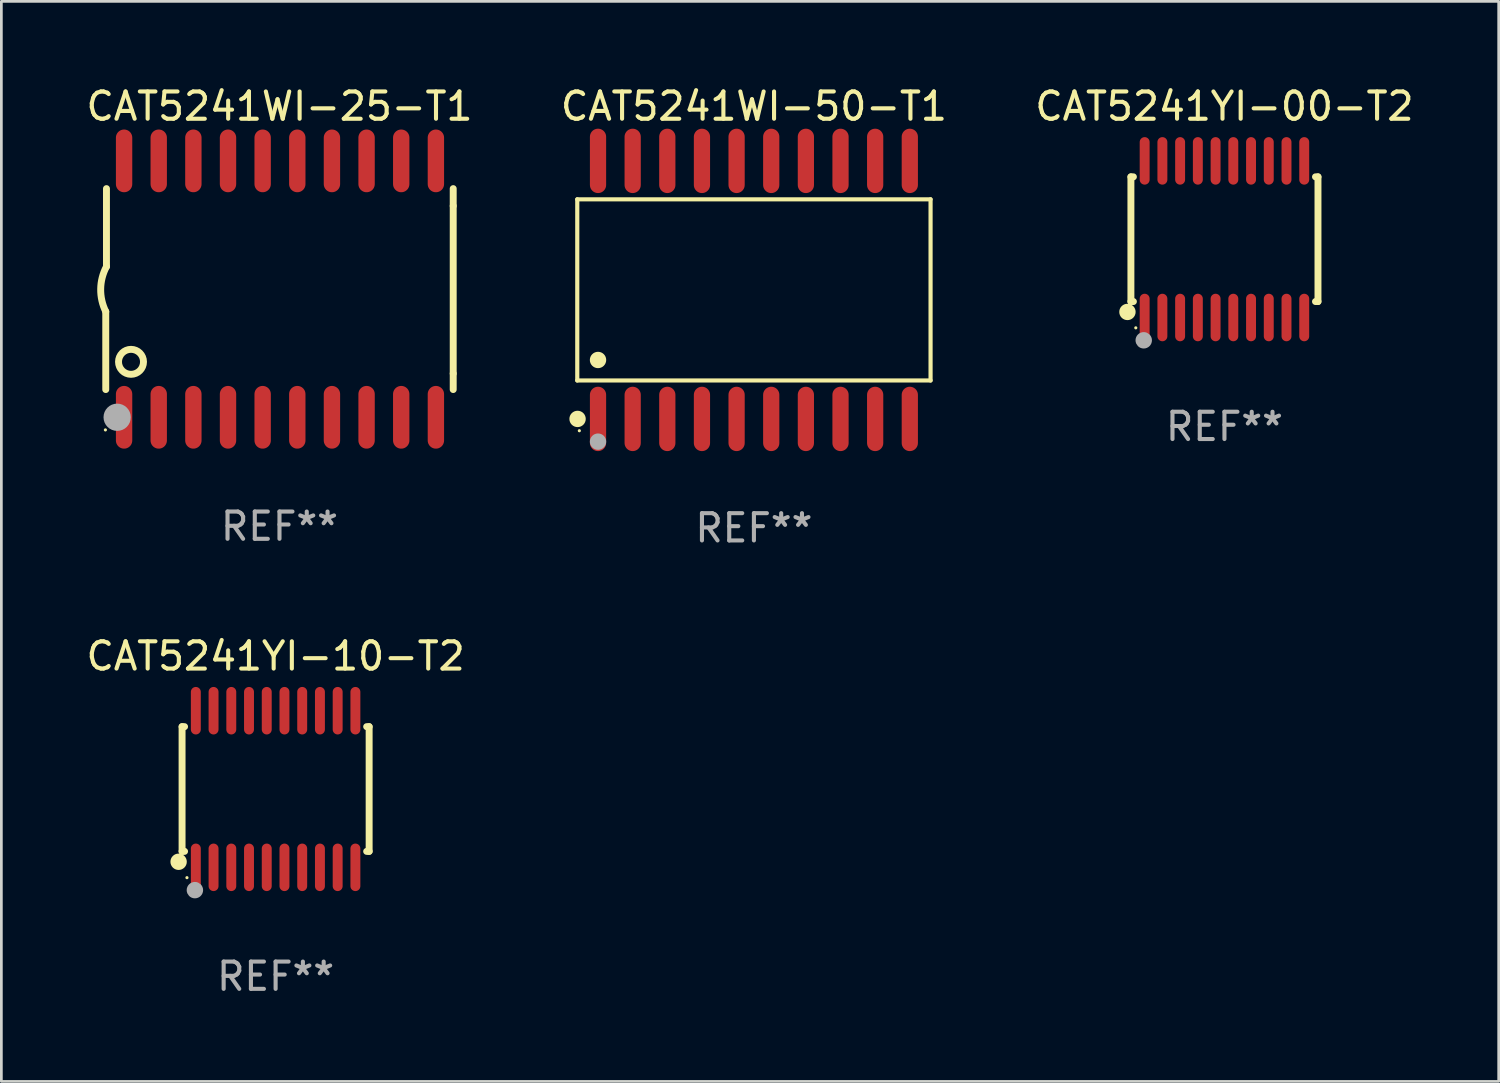
<source format=kicad_pcb>
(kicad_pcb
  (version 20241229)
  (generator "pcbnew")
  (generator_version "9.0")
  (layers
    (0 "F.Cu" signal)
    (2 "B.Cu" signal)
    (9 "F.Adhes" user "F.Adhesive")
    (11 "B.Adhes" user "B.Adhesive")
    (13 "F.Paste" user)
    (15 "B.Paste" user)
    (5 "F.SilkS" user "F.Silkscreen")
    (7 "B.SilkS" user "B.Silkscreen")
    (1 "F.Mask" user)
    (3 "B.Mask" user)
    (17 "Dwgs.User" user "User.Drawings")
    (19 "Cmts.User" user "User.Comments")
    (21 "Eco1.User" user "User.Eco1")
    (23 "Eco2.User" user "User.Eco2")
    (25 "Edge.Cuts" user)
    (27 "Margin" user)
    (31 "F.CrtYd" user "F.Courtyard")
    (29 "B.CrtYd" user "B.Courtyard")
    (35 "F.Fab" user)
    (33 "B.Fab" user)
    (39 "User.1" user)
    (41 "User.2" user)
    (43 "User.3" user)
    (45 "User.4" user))
  (footprint "CAT5241YI-00-T2"
    (layer "F.Cu")
    (at 41.839 5.719)
    (property "Reference" "CAT5241YI-00-T2" (at 0 -4.871 0) (layer "F.SilkS") (effects (font (size 1 1) (thickness 0.15))))
    (attr through_hole)
    (fp_line (start -3.429 -2.286) (end -3.429 2.286) (stroke (width 0.254) (type solid)) (layer "F.SilkS"))
    (fp_line (start -3.429 2.286) (end -3.338 2.286) (stroke (width 0.254) (type solid)) (layer "F.SilkS"))
    (fp_line (start -3.338 -2.286) (end -3.429 -2.286) (stroke (width 0.254) (type solid)) (layer "F.SilkS"))
    (fp_line (start 3.338 -2.286) (end 3.429 -2.286) (stroke (width 0.254) (type solid)) (layer "F.SilkS"))
    (fp_line (start 3.429 -2.286) (end 3.429 2.286) (stroke (width 0.254) (type solid)) (layer "F.SilkS"))
    (fp_line (start 3.429 2.286) (end 3.338 2.286) (stroke (width 0.254) (type solid)) (layer "F.SilkS"))
    (fp_circle (center -3.556 2.667) (end -3.406 2.667) (stroke (width 0.3) (type solid)) (fill no) (layer "F.SilkS"))
    (fp_circle (center -3.25 3.25) (end -3.22 3.25) (stroke (width 0.06) (type solid)) (fill no) (layer "F.SilkS"))
    (fp_circle (center -2.959 3.707) (end -2.808 3.707) (stroke (width 0.3) (type solid)) (fill no) (layer "F.Fab"))
    (fp_text user "REF**" (at 0 6.871 0) (layer "F.Fab") (effects (font (size 1 1) (thickness 0.15))))
    (pad "1" smd oval (at -2.925 2.871) (size 0.364 1.742) (layers "F.Cu" "F.Mask" "F.Paste"))
    (pad "2" smd oval (at -2.275 2.871) (size 0.364 1.742) (layers "F.Cu" "F.Mask" "F.Paste"))
    (pad "3" smd oval (at -1.625 2.871) (size 0.364 1.742) (layers "F.Cu" "F.Mask" "F.Paste"))
    (pad "4" smd oval (at -0.975 2.871) (size 0.364 1.742) (layers "F.Cu" "F.Mask" "F.Paste"))
    (pad "5" smd oval (at -0.325 2.871) (size 0.364 1.742) (layers "F.Cu" "F.Mask" "F.Paste"))
    (pad "6" smd oval (at 0.325 2.871) (size 0.364 1.742) (layers "F.Cu" "F.Mask" "F.Paste"))
    (pad "7" smd oval (at 0.975 2.871) (size 0.364 1.742) (layers "F.Cu" "F.Mask" "F.Paste"))
    (pad "8" smd oval (at 1.625 2.871) (size 0.364 1.742) (layers "F.Cu" "F.Mask" "F.Paste"))
    (pad "9" smd oval (at 2.275 2.871) (size 0.364 1.742) (layers "F.Cu" "F.Mask" "F.Paste"))
    (pad "10" smd oval (at 2.925 2.871) (size 0.364 1.742) (layers "F.Cu" "F.Mask" "F.Paste"))
    (pad "11" smd oval (at 2.925 -2.871) (size 0.364 1.742) (layers "F.Cu" "F.Mask" "F.Paste"))
    (pad "12" smd oval (at 2.275 -2.871) (size 0.364 1.742) (layers "F.Cu" "F.Mask" "F.Paste"))
    (pad "13" smd oval (at 1.625 -2.871) (size 0.364 1.742) (layers "F.Cu" "F.Mask" "F.Paste"))
    (pad "14" smd oval (at 0.975 -2.871) (size 0.364 1.742) (layers "F.Cu" "F.Mask" "F.Paste"))
    (pad "15" smd oval (at 0.325 -2.871) (size 0.364 1.742) (layers "F.Cu" "F.Mask" "F.Paste"))
    (pad "16" smd oval (at -0.325 -2.871) (size 0.364 1.742) (layers "F.Cu" "F.Mask" "F.Paste"))
    (pad "17" smd oval (at -0.975 -2.871) (size 0.364 1.742) (layers "F.Cu" "F.Mask" "F.Paste"))
    (pad "18" smd oval (at -1.625 -2.871) (size 0.364 1.742) (layers "F.Cu" "F.Mask" "F.Paste"))
    (pad "19" smd oval (at -2.275 -2.871) (size 0.364 1.742) (layers "F.Cu" "F.Mask" "F.Paste"))
    (pad "20" smd oval (at -2.925 -2.871) (size 0.364 1.742) (layers "F.Cu" "F.Mask" "F.Paste")))
  (footprint "CAT5241WI-25-T1"
    (layer "F.Cu")
    (at 7.196 7.548)
    (property "Reference" "CAT5241WI-25-T1" (at 0 -6.7 0) (layer "F.SilkS") (effects (font (size 1 1) (thickness 0.15))))
    (attr through_hole)
    (fp_line (start -6.369 0.826) (end -6.369 3.683) (stroke (width 0.254) (type solid)) (layer "F.SilkS"))
    (fp_line (start -6.343 -0.825) (end -6.343 -3.683) (stroke (width 0.254) (type solid)) (layer "F.SilkS"))
    (fp_line (start 6.369 -3.048) (end 6.369 -3.683) (stroke (width 0.254) (type solid)) (layer "F.SilkS"))
    (fp_line (start 6.369 -3.048) (end 6.369 3.096) (stroke (width 0.254) (type solid)) (layer "F.SilkS"))
    (fp_line (start 6.369 3.096) (end 6.369 3.683) (stroke (width 0.254) (type solid)) (layer "F.SilkS"))
    (fp_arc (start -6.36853 0.825552) (mid -6.554743 -0.00301) (end -6.343129 -0.825451) (stroke (width 0.254001) (type solid)) (layer "F.SilkS"))
    (fp_circle (center -6.382 5.163) (end -6.352 5.163) (stroke (width 0.06) (type solid)) (fill no) (layer "F.SilkS"))
    (fp_circle (center -5.443 2.667) (end -4.985 2.667) (stroke (width 0.254) (type solid)) (fill no) (layer "F.SilkS"))
    (fp_circle (center -5.951 4.699) (end -5.701 4.699) (stroke (width 0.5) (type solid)) (fill no) (layer "F.Fab"))
    (fp_text user "REF**" (at 0 8.7 0) (layer "F.Fab") (effects (font (size 1 1) (thickness 0.15))))
    (pad "1" smd oval (at -5.697 4.7 180) (size 0.6 2.3) (layers "F.Cu" "F.Mask" "F.Paste"))
    (pad "2" smd oval (at -4.427 4.7 180) (size 0.6 2.3) (layers "F.Cu" "F.Mask" "F.Paste"))
    (pad "3" smd oval (at -3.157 4.7 180) (size 0.6 2.3) (layers "F.Cu" "F.Mask" "F.Paste"))
    (pad "4" smd oval (at -1.887 4.7 180) (size 0.6 2.3) (layers "F.Cu" "F.Mask" "F.Paste"))
    (pad "5" smd oval (at -0.617 4.7 180) (size 0.6 2.3) (layers "F.Cu" "F.Mask" "F.Paste"))
    (pad "6" smd oval (at 0.653 4.7 180) (size 0.6 2.3) (layers "F.Cu" "F.Mask" "F.Paste"))
    (pad "7" smd oval (at 1.923 4.7 180) (size 0.6 2.3) (layers "F.Cu" "F.Mask" "F.Paste"))
    (pad "8" smd oval (at 3.193 4.7 180) (size 0.6 2.3) (layers "F.Cu" "F.Mask" "F.Paste"))
    (pad "9" smd oval (at 4.463 4.7 180) (size 0.6 2.3) (layers "F.Cu" "F.Mask" "F.Paste"))
    (pad "10" smd oval (at 5.734 4.7 180) (size 0.6 2.3) (layers "F.Cu" "F.Mask" "F.Paste"))
    (pad "11" smd oval (at 5.734 -4.7 180) (size 0.6 2.3) (layers "F.Cu" "F.Mask" "F.Paste"))
    (pad "12" smd oval (at 4.463 -4.7 180) (size 0.6 2.3) (layers "F.Cu" "F.Mask" "F.Paste"))
    (pad "13" smd oval (at 3.193 -4.7 180) (size 0.6 2.3) (layers "F.Cu" "F.Mask" "F.Paste"))
    (pad "14" smd oval (at 1.923 -4.7 180) (size 0.6 2.3) (layers "F.Cu" "F.Mask" "F.Paste"))
    (pad "15" smd oval (at 0.653 -4.7 180) (size 0.6 2.3) (layers "F.Cu" "F.Mask" "F.Paste"))
    (pad "16" smd oval (at -0.617 -4.7 180) (size 0.6 2.3) (layers "F.Cu" "F.Mask" "F.Paste"))
    (pad "17" smd oval (at -1.887 -4.7 180) (size 0.6 2.3) (layers "F.Cu" "F.Mask" "F.Paste"))
    (pad "18" smd oval (at -3.157 -4.7 180) (size 0.6 2.3) (layers "F.Cu" "F.Mask" "F.Paste"))
    (pad "19" smd oval (at -4.427 -4.7 180) (size 0.6 2.3) (layers "F.Cu" "F.Mask" "F.Paste"))
    (pad "20" smd oval (at -5.697 -4.7 180) (size 0.6 2.3) (layers "F.Cu" "F.Mask" "F.Paste")))
  (footprint "CAT5241YI-10-T2"
    (layer "F.Cu")
    (at 7.054 25.876)
    (property "Reference" "CAT5241YI-10-T2" (at 0 -4.871 0) (layer "F.SilkS") (effects (font (size 1 1) (thickness 0.15))))
    (attr through_hole)
    (fp_line (start -3.429 -2.286) (end -3.429 2.286) (stroke (width 0.254) (type solid)) (layer "F.SilkS"))
    (fp_line (start -3.429 2.286) (end -3.338 2.286) (stroke (width 0.254) (type solid)) (layer "F.SilkS"))
    (fp_line (start -3.338 -2.286) (end -3.429 -2.286) (stroke (width 0.254) (type solid)) (layer "F.SilkS"))
    (fp_line (start 3.338 -2.286) (end 3.429 -2.286) (stroke (width 0.254) (type solid)) (layer "F.SilkS"))
    (fp_line (start 3.429 -2.286) (end 3.429 2.286) (stroke (width 0.254) (type solid)) (layer "F.SilkS"))
    (fp_line (start 3.429 2.286) (end 3.338 2.286) (stroke (width 0.254) (type solid)) (layer "F.SilkS"))
    (fp_circle (center -3.556 2.667) (end -3.406 2.667) (stroke (width 0.3) (type solid)) (fill no) (layer "F.SilkS"))
    (fp_circle (center -3.25 3.25) (end -3.22 3.25) (stroke (width 0.06) (type solid)) (fill no) (layer "F.SilkS"))
    (fp_circle (center -2.959 3.707) (end -2.808 3.707) (stroke (width 0.3) (type solid)) (fill no) (layer "F.Fab"))
    (fp_text user "REF**" (at 0 6.871 0) (layer "F.Fab") (effects (font (size 1 1) (thickness 0.15))))
    (pad "1" smd oval (at -2.925 2.871) (size 0.364 1.742) (layers "F.Cu" "F.Mask" "F.Paste"))
    (pad "2" smd oval (at -2.275 2.871) (size 0.364 1.742) (layers "F.Cu" "F.Mask" "F.Paste"))
    (pad "3" smd oval (at -1.625 2.871) (size 0.364 1.742) (layers "F.Cu" "F.Mask" "F.Paste"))
    (pad "4" smd oval (at -0.975 2.871) (size 0.364 1.742) (layers "F.Cu" "F.Mask" "F.Paste"))
    (pad "5" smd oval (at -0.325 2.871) (size 0.364 1.742) (layers "F.Cu" "F.Mask" "F.Paste"))
    (pad "6" smd oval (at 0.325 2.871) (size 0.364 1.742) (layers "F.Cu" "F.Mask" "F.Paste"))
    (pad "7" smd oval (at 0.975 2.871) (size 0.364 1.742) (layers "F.Cu" "F.Mask" "F.Paste"))
    (pad "8" smd oval (at 1.625 2.871) (size 0.364 1.742) (layers "F.Cu" "F.Mask" "F.Paste"))
    (pad "9" smd oval (at 2.275 2.871) (size 0.364 1.742) (layers "F.Cu" "F.Mask" "F.Paste"))
    (pad "10" smd oval (at 2.925 2.871) (size 0.364 1.742) (layers "F.Cu" "F.Mask" "F.Paste"))
    (pad "11" smd oval (at 2.925 -2.871) (size 0.364 1.742) (layers "F.Cu" "F.Mask" "F.Paste"))
    (pad "12" smd oval (at 2.275 -2.871) (size 0.364 1.742) (layers "F.Cu" "F.Mask" "F.Paste"))
    (pad "13" smd oval (at 1.625 -2.871) (size 0.364 1.742) (layers "F.Cu" "F.Mask" "F.Paste"))
    (pad "14" smd oval (at 0.975 -2.871) (size 0.364 1.742) (layers "F.Cu" "F.Mask" "F.Paste"))
    (pad "15" smd oval (at 0.325 -2.871) (size 0.364 1.742) (layers "F.Cu" "F.Mask" "F.Paste"))
    (pad "16" smd oval (at -0.325 -2.871) (size 0.364 1.742) (layers "F.Cu" "F.Mask" "F.Paste"))
    (pad "17" smd oval (at -0.975 -2.871) (size 0.364 1.742) (layers "F.Cu" "F.Mask" "F.Paste"))
    (pad "18" smd oval (at -1.625 -2.871) (size 0.364 1.742) (layers "F.Cu" "F.Mask" "F.Paste"))
    (pad "19" smd oval (at -2.275 -2.871) (size 0.364 1.742) (layers "F.Cu" "F.Mask" "F.Paste"))
    (pad "20" smd oval (at -2.925 -2.871) (size 0.364 1.742) (layers "F.Cu" "F.Mask" "F.Paste")))
  (footprint "CAT5241WI-50-T1"
    (layer "F.Cu")
    (at 24.589 7.578)
    (property "Reference" "CAT5241WI-50-T1" (at 0 -6.73 0) (layer "F.SilkS") (effects (font (size 1 1) (thickness 0.15))))
    (attr through_hole)
    (fp_line (start -6.476 -3.321) (end 6.476 -3.321) (stroke (width 0.152) (type solid)) (layer "F.SilkS"))
    (fp_line (start -6.476 3.321) (end -6.476 -3.321) (stroke (width 0.152) (type solid)) (layer "F.SilkS"))
    (fp_line (start 6.476 -3.321) (end 6.476 3.321) (stroke (width 0.152) (type solid)) (layer "F.SilkS"))
    (fp_line (start 6.476 3.321) (end -6.476 3.321) (stroke (width 0.152) (type solid)) (layer "F.SilkS"))
    (fp_circle (center -6.465 4.73) (end -6.315 4.73) (stroke (width 0.3) (type solid)) (fill no) (layer "F.SilkS"))
    (fp_circle (center -6.4 5.163) (end -6.37 5.163) (stroke (width 0.06) (type solid)) (fill no) (layer "F.SilkS"))
    (fp_circle (center -5.715 2.569) (end -5.565 2.569) (stroke (width 0.3) (type solid)) (fill no) (layer "F.SilkS"))
    (fp_circle (center -5.715 5.563) (end -5.565 5.563) (stroke (width 0.3) (type solid)) (fill no) (layer "F.Fab"))
    (fp_text user "REF**" (at 0 8.73 0) (layer "F.Fab") (effects (font (size 1 1) (thickness 0.15))))
    (pad "1" smd oval (at -5.715 4.73) (size 0.595 2.36) (layers "F.Cu" "F.Mask" "F.Paste"))
    (pad "2" smd oval (at -4.445 4.73) (size 0.595 2.36) (layers "F.Cu" "F.Mask" "F.Paste"))
    (pad "3" smd oval (at -3.175 4.73) (size 0.595 2.36) (layers "F.Cu" "F.Mask" "F.Paste"))
    (pad "4" smd oval (at -1.905 4.73) (size 0.595 2.36) (layers "F.Cu" "F.Mask" "F.Paste"))
    (pad "5" smd oval (at -0.635 4.73) (size 0.595 2.36) (layers "F.Cu" "F.Mask" "F.Paste"))
    (pad "6" smd oval (at 0.635 4.73) (size 0.595 2.36) (layers "F.Cu" "F.Mask" "F.Paste"))
    (pad "7" smd oval (at 1.905 4.73) (size 0.595 2.36) (layers "F.Cu" "F.Mask" "F.Paste"))
    (pad "8" smd oval (at 3.175 4.73) (size 0.595 2.36) (layers "F.Cu" "F.Mask" "F.Paste"))
    (pad "9" smd oval (at 4.445 4.73) (size 0.595 2.36) (layers "F.Cu" "F.Mask" "F.Paste"))
    (pad "10" smd oval (at 5.715 4.73) (size 0.595 2.36) (layers "F.Cu" "F.Mask" "F.Paste"))
    (pad "11" smd oval (at 5.715 -4.73) (size 0.595 2.36) (layers "F.Cu" "F.Mask" "F.Paste"))
    (pad "12" smd oval (at 4.445 -4.73) (size 0.595 2.36) (layers "F.Cu" "F.Mask" "F.Paste"))
    (pad "13" smd oval (at 3.175 -4.73) (size 0.595 2.36) (layers "F.Cu" "F.Mask" "F.Paste"))
    (pad "14" smd oval (at 1.905 -4.73) (size 0.595 2.36) (layers "F.Cu" "F.Mask" "F.Paste"))
    (pad "15" smd oval (at 0.635 -4.73) (size 0.595 2.36) (layers "F.Cu" "F.Mask" "F.Paste"))
    (pad "16" smd oval (at -0.635 -4.73) (size 0.595 2.36) (layers "F.Cu" "F.Mask" "F.Paste"))
    (pad "17" smd oval (at -1.905 -4.73) (size 0.595 2.36) (layers "F.Cu" "F.Mask" "F.Paste"))
    (pad "18" smd oval (at -3.175 -4.73) (size 0.595 2.36) (layers "F.Cu" "F.Mask" "F.Paste"))
    (pad "19" smd oval (at -4.445 -4.73) (size 0.595 2.36) (layers "F.Cu" "F.Mask" "F.Paste"))
    (pad "20" smd oval (at -5.715 -4.73) (size 0.595 2.36) (layers "F.Cu" "F.Mask" "F.Paste")))
  (gr_rect
    (start -3 -3)
    (end 51.893 36.595)
    (stroke (width 0.1) (type default))
    (fill no)
    (layer "Edge.Cuts")))
</source>
